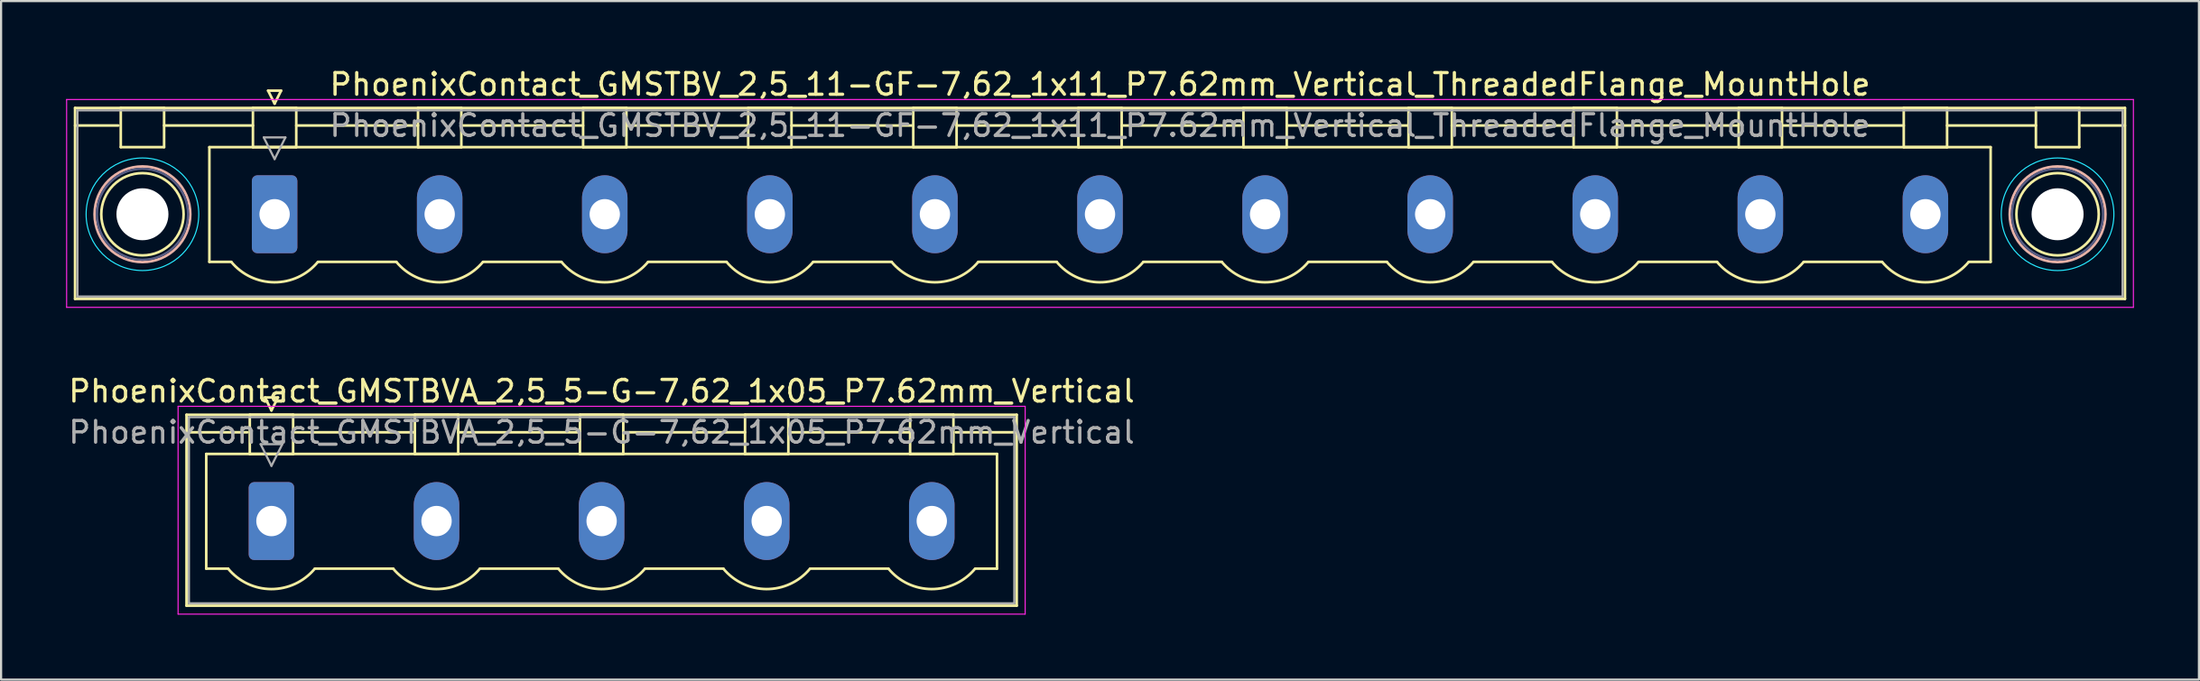
<source format=kicad_pcb>
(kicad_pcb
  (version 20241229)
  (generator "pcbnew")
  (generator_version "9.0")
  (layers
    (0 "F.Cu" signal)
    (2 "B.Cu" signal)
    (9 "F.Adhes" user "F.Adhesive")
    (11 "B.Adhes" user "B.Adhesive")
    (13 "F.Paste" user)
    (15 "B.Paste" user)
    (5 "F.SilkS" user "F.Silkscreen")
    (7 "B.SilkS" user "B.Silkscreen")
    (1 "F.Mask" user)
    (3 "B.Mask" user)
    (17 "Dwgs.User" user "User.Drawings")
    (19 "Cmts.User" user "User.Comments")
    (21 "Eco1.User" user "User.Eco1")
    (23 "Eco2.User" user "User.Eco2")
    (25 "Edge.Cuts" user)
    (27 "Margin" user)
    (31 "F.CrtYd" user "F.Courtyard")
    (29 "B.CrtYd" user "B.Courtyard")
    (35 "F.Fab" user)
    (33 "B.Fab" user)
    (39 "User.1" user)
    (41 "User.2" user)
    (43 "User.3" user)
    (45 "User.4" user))
  (footprint "PhoenixContact_GMSTBV_2,5_11-GF-7,62_1x11_P7.62mm_Vertical_ThreadedFlange_MountHole"
    (layer "F.Cu")
    (at 9.625 6.848)
    (property "Reference" "PhoenixContact_GMSTBV_2,5_11-GF-7,62_1x11_P7.62mm_Vertical_ThreadedFlange_MountHole" (at 38.1 -6 0) (layer "F.SilkS") (effects (font (size 1 1) (thickness 0.15))))
    (attr through_hole)
    (fp_line (start -9.21 -4.91) (end -9.21 3.91) (stroke (width 0.12) (type solid)) (layer "F.SilkS"))
    (fp_line (start -9.21 -4.1) (end -7.21 -4.1) (stroke (width 0.12) (type solid)) (layer "F.SilkS"))
    (fp_line (start -9.21 3.91) (end 85.41 3.91) (stroke (width 0.12) (type solid)) (layer "F.SilkS"))
    (fp_line (start -7.1 -4.91) (end -5.1 -4.91) (stroke (width 0.12) (type solid)) (layer "F.SilkS"))
    (fp_line (start -7.1 -3.1) (end -7.1 -4.91) (stroke (width 0.12) (type solid)) (layer "F.SilkS"))
    (fp_line (start -5.1 -4.91) (end -5.1 -3.1) (stroke (width 0.12) (type solid)) (layer "F.SilkS"))
    (fp_line (start -5.1 -4.1) (end -1 -4.1) (stroke (width 0.12) (type solid)) (layer "F.SilkS"))
    (fp_line (start -5.1 -3.1) (end -7.1 -3.1) (stroke (width 0.12) (type solid)) (layer "F.SilkS"))
    (fp_line (start -3.01 -3.1) (end 79.21 -3.1) (stroke (width 0.12) (type solid)) (layer "F.SilkS"))
    (fp_line (start -3.01 2.2) (end -3.01 -3.1) (stroke (width 0.12) (type solid)) (layer "F.SilkS"))
    (fp_line (start -2 2.2) (end -3.01 2.2) (stroke (width 0.12) (type solid)) (layer "F.SilkS"))
    (fp_line (start -1 -4.91) (end 1 -4.91) (stroke (width 0.12) (type solid)) (layer "F.SilkS"))
    (fp_line (start -1 -3.1) (end -1 -4.91) (stroke (width 0.12) (type solid)) (layer "F.SilkS"))
    (fp_line (start -0.3 -5.71) (end 0.3 -5.71) (stroke (width 0.12) (type solid)) (layer "F.SilkS"))
    (fp_line (start 0 -5.11) (end -0.3 -5.71) (stroke (width 0.12) (type solid)) (layer "F.SilkS"))
    (fp_line (start 0.3 -5.71) (end 0 -5.11) (stroke (width 0.12) (type solid)) (layer "F.SilkS"))
    (fp_line (start 1 -4.91) (end 1 -3.1) (stroke (width 0.12) (type solid)) (layer "F.SilkS"))
    (fp_line (start 1 -4.1) (end 6.62 -4.1) (stroke (width 0.12) (type solid)) (layer "F.SilkS"))
    (fp_line (start 1 -3.1) (end -1 -3.1) (stroke (width 0.12) (type solid)) (layer "F.SilkS"))
    (fp_line (start 2 2.2) (end 5.62 2.2) (stroke (width 0.12) (type solid)) (layer "F.SilkS"))
    (fp_line (start 6.62 -4.91) (end 8.62 -4.91) (stroke (width 0.12) (type solid)) (layer "F.SilkS"))
    (fp_line (start 6.62 -3.1) (end 6.62 -4.91) (stroke (width 0.12) (type solid)) (layer "F.SilkS"))
    (fp_line (start 8.62 -4.91) (end 8.62 -3.1) (stroke (width 0.12) (type solid)) (layer "F.SilkS"))
    (fp_line (start 8.62 -4.1) (end 14.24 -4.1) (stroke (width 0.12) (type solid)) (layer "F.SilkS"))
    (fp_line (start 8.62 -3.1) (end 6.62 -3.1) (stroke (width 0.12) (type solid)) (layer "F.SilkS"))
    (fp_line (start 9.62 2.2) (end 13.24 2.2) (stroke (width 0.12) (type solid)) (layer "F.SilkS"))
    (fp_line (start 14.24 -4.91) (end 16.24 -4.91) (stroke (width 0.12) (type solid)) (layer "F.SilkS"))
    (fp_line (start 14.24 -3.1) (end 14.24 -4.91) (stroke (width 0.12) (type solid)) (layer "F.SilkS"))
    (fp_line (start 16.24 -4.91) (end 16.24 -3.1) (stroke (width 0.12) (type solid)) (layer "F.SilkS"))
    (fp_line (start 16.24 -4.1) (end 21.86 -4.1) (stroke (width 0.12) (type solid)) (layer "F.SilkS"))
    (fp_line (start 16.24 -3.1) (end 14.24 -3.1) (stroke (width 0.12) (type solid)) (layer "F.SilkS"))
    (fp_line (start 17.24 2.2) (end 20.86 2.2) (stroke (width 0.12) (type solid)) (layer "F.SilkS"))
    (fp_line (start 21.86 -4.91) (end 23.86 -4.91) (stroke (width 0.12) (type solid)) (layer "F.SilkS"))
    (fp_line (start 21.86 -3.1) (end 21.86 -4.91) (stroke (width 0.12) (type solid)) (layer "F.SilkS"))
    (fp_line (start 23.86 -4.91) (end 23.86 -3.1) (stroke (width 0.12) (type solid)) (layer "F.SilkS"))
    (fp_line (start 23.86 -4.1) (end 29.48 -4.1) (stroke (width 0.12) (type solid)) (layer "F.SilkS"))
    (fp_line (start 23.86 -3.1) (end 21.86 -3.1) (stroke (width 0.12) (type solid)) (layer "F.SilkS"))
    (fp_line (start 24.86 2.2) (end 28.48 2.2) (stroke (width 0.12) (type solid)) (layer "F.SilkS"))
    (fp_line (start 29.48 -4.91) (end 31.48 -4.91) (stroke (width 0.12) (type solid)) (layer "F.SilkS"))
    (fp_line (start 29.48 -3.1) (end 29.48 -4.91) (stroke (width 0.12) (type solid)) (layer "F.SilkS"))
    (fp_line (start 31.48 -4.91) (end 31.48 -3.1) (stroke (width 0.12) (type solid)) (layer "F.SilkS"))
    (fp_line (start 31.48 -4.1) (end 37.1 -4.1) (stroke (width 0.12) (type solid)) (layer "F.SilkS"))
    (fp_line (start 31.48 -3.1) (end 29.48 -3.1) (stroke (width 0.12) (type solid)) (layer "F.SilkS"))
    (fp_line (start 32.48 2.2) (end 36.1 2.2) (stroke (width 0.12) (type solid)) (layer "F.SilkS"))
    (fp_line (start 37.1 -4.91) (end 39.1 -4.91) (stroke (width 0.12) (type solid)) (layer "F.SilkS"))
    (fp_line (start 37.1 -3.1) (end 37.1 -4.91) (stroke (width 0.12) (type solid)) (layer "F.SilkS"))
    (fp_line (start 39.1 -4.91) (end 39.1 -3.1) (stroke (width 0.12) (type solid)) (layer "F.SilkS"))
    (fp_line (start 39.1 -4.1) (end 44.72 -4.1) (stroke (width 0.12) (type solid)) (layer "F.SilkS"))
    (fp_line (start 39.1 -3.1) (end 37.1 -3.1) (stroke (width 0.12) (type solid)) (layer "F.SilkS"))
    (fp_line (start 40.1 2.2) (end 43.72 2.2) (stroke (width 0.12) (type solid)) (layer "F.SilkS"))
    (fp_line (start 44.72 -4.91) (end 46.72 -4.91) (stroke (width 0.12) (type solid)) (layer "F.SilkS"))
    (fp_line (start 44.72 -3.1) (end 44.72 -4.91) (stroke (width 0.12) (type solid)) (layer "F.SilkS"))
    (fp_line (start 46.72 -4.91) (end 46.72 -3.1) (stroke (width 0.12) (type solid)) (layer "F.SilkS"))
    (fp_line (start 46.72 -4.1) (end 52.34 -4.1) (stroke (width 0.12) (type solid)) (layer "F.SilkS"))
    (fp_line (start 46.72 -3.1) (end 44.72 -3.1) (stroke (width 0.12) (type solid)) (layer "F.SilkS"))
    (fp_line (start 47.72 2.2) (end 51.34 2.2) (stroke (width 0.12) (type solid)) (layer "F.SilkS"))
    (fp_line (start 52.34 -4.91) (end 54.34 -4.91) (stroke (width 0.12) (type solid)) (layer "F.SilkS"))
    (fp_line (start 52.34 -3.1) (end 52.34 -4.91) (stroke (width 0.12) (type solid)) (layer "F.SilkS"))
    (fp_line (start 54.34 -4.91) (end 54.34 -3.1) (stroke (width 0.12) (type solid)) (layer "F.SilkS"))
    (fp_line (start 54.34 -4.1) (end 59.96 -4.1) (stroke (width 0.12) (type solid)) (layer "F.SilkS"))
    (fp_line (start 54.34 -3.1) (end 52.34 -3.1) (stroke (width 0.12) (type solid)) (layer "F.SilkS"))
    (fp_line (start 55.34 2.2) (end 58.96 2.2) (stroke (width 0.12) (type solid)) (layer "F.SilkS"))
    (fp_line (start 59.96 -4.91) (end 61.96 -4.91) (stroke (width 0.12) (type solid)) (layer "F.SilkS"))
    (fp_line (start 59.96 -3.1) (end 59.96 -4.91) (stroke (width 0.12) (type solid)) (layer "F.SilkS"))
    (fp_line (start 61.96 -4.91) (end 61.96 -3.1) (stroke (width 0.12) (type solid)) (layer "F.SilkS"))
    (fp_line (start 61.96 -4.1) (end 67.58 -4.1) (stroke (width 0.12) (type solid)) (layer "F.SilkS"))
    (fp_line (start 61.96 -3.1) (end 59.96 -3.1) (stroke (width 0.12) (type solid)) (layer "F.SilkS"))
    (fp_line (start 62.96 2.2) (end 66.58 2.2) (stroke (width 0.12) (type solid)) (layer "F.SilkS"))
    (fp_line (start 67.58 -4.91) (end 69.58 -4.91) (stroke (width 0.12) (type solid)) (layer "F.SilkS"))
    (fp_line (start 67.58 -3.1) (end 67.58 -4.91) (stroke (width 0.12) (type solid)) (layer "F.SilkS"))
    (fp_line (start 69.58 -4.91) (end 69.58 -3.1) (stroke (width 0.12) (type solid)) (layer "F.SilkS"))
    (fp_line (start 69.58 -4.1) (end 75.2 -4.1) (stroke (width 0.12) (type solid)) (layer "F.SilkS"))
    (fp_line (start 69.58 -3.1) (end 67.58 -3.1) (stroke (width 0.12) (type solid)) (layer "F.SilkS"))
    (fp_line (start 70.58 2.2) (end 74.2 2.2) (stroke (width 0.12) (type solid)) (layer "F.SilkS"))
    (fp_line (start 75.2 -4.91) (end 77.2 -4.91) (stroke (width 0.12) (type solid)) (layer "F.SilkS"))
    (fp_line (start 75.2 -3.1) (end 75.2 -4.91) (stroke (width 0.12) (type solid)) (layer "F.SilkS"))
    (fp_line (start 77.2 -4.91) (end 77.2 -3.1) (stroke (width 0.12) (type solid)) (layer "F.SilkS"))
    (fp_line (start 77.2 -4.1) (end 81.3 -4.1) (stroke (width 0.12) (type solid)) (layer "F.SilkS"))
    (fp_line (start 77.2 -3.1) (end 75.2 -3.1) (stroke (width 0.12) (type solid)) (layer "F.SilkS"))
    (fp_line (start 79.21 -3.1) (end 79.21 2.2) (stroke (width 0.12) (type solid)) (layer "F.SilkS"))
    (fp_line (start 79.21 2.2) (end 78.2 2.2) (stroke (width 0.12) (type solid)) (layer "F.SilkS"))
    (fp_line (start 81.3 -4.91) (end 83.3 -4.91) (stroke (width 0.12) (type solid)) (layer "F.SilkS"))
    (fp_line (start 81.3 -3.1) (end 81.3 -4.91) (stroke (width 0.12) (type solid)) (layer "F.SilkS"))
    (fp_line (start 83.3 -4.91) (end 83.3 -3.1) (stroke (width 0.12) (type solid)) (layer "F.SilkS"))
    (fp_line (start 83.3 -3.1) (end 81.3 -3.1) (stroke (width 0.12) (type solid)) (layer "F.SilkS"))
    (fp_line (start 85.41 -4.91) (end -9.21 -4.91) (stroke (width 0.12) (type solid)) (layer "F.SilkS"))
    (fp_line (start 85.41 -4.1) (end 83.41 -4.1) (stroke (width 0.12) (type solid)) (layer "F.SilkS"))
    (fp_line (start 85.41 3.91) (end 85.41 -4.91) (stroke (width 0.12) (type solid)) (layer "F.SilkS"))
    (fp_arc (start 1.986842 2.215821) (mid -0.010289 3.142758) (end -2 2.2) (stroke (width 0.12) (type solid)) (layer "F.SilkS"))
    (fp_arc (start 9.606842 2.215821) (mid 7.609711 3.142758) (end 5.62 2.2) (stroke (width 0.12) (type solid)) (layer "F.SilkS"))
    (fp_arc (start 17.226842 2.215821) (mid 15.229711 3.142758) (end 13.24 2.2) (stroke (width 0.12) (type solid)) (layer "F.SilkS"))
    (fp_arc (start 24.846842 2.215821) (mid 22.849711 3.142758) (end 20.86 2.2) (stroke (width 0.12) (type solid)) (layer "F.SilkS"))
    (fp_arc (start 32.466842 2.215821) (mid 30.469711 3.142758) (end 28.48 2.2) (stroke (width 0.12) (type solid)) (layer "F.SilkS"))
    (fp_arc (start 40.086842 2.215821) (mid 38.089711 3.142758) (end 36.1 2.2) (stroke (width 0.12) (type solid)) (layer "F.SilkS"))
    (fp_arc (start 47.706842 2.215821) (mid 45.709711 3.142758) (end 43.72 2.2) (stroke (width 0.12) (type solid)) (layer "F.SilkS"))
    (fp_arc (start 55.326842 2.215821) (mid 53.329711 3.142758) (end 51.34 2.2) (stroke (width 0.12) (type solid)) (layer "F.SilkS"))
    (fp_arc (start 62.946842 2.215821) (mid 60.949711 3.142758) (end 58.96 2.2) (stroke (width 0.12) (type solid)) (layer "F.SilkS"))
    (fp_arc (start 70.566842 2.215821) (mid 68.569711 3.142758) (end 66.58 2.2) (stroke (width 0.12) (type solid)) (layer "F.SilkS"))
    (fp_arc (start 78.186842 2.215821) (mid 76.189711 3.142758) (end 74.2 2.2) (stroke (width 0.12) (type solid)) (layer "F.SilkS"))
    (fp_circle (center -6.1 0) (end -4.2 0) (stroke (width 0.12) (type solid)) (fill no) (layer "F.SilkS"))
    (fp_circle (center 82.3 0) (end 84.2 0) (stroke (width 0.12) (type solid)) (fill no) (layer "F.SilkS"))
    (fp_circle (center -6.1 0) (end -3.89 0) (stroke (width 0.12) (type solid)) (fill no) (layer "B.SilkS"))
    (fp_circle (center 82.3 0) (end 84.51 0) (stroke (width 0.12) (type solid)) (fill no) (layer "B.SilkS"))
    (fp_circle (center -6.1 0) (end -3.5 0) (stroke (width 0.05) (type solid)) (fill no) (layer "B.CrtYd"))
    (fp_circle (center 82.3 0) (end 84.9 0) (stroke (width 0.05) (type solid)) (fill no) (layer "B.CrtYd"))
    (fp_line (start -9.6 -5.3) (end -9.6 4.3) (stroke (width 0.05) (type solid)) (layer "F.CrtYd"))
    (fp_line (start -9.6 4.3) (end 85.8 4.3) (stroke (width 0.05) (type solid)) (layer "F.CrtYd"))
    (fp_line (start 85.8 -5.3) (end -9.6 -5.3) (stroke (width 0.05) (type solid)) (layer "F.CrtYd"))
    (fp_line (start 85.8 4.3) (end 85.8 -5.3) (stroke (width 0.05) (type solid)) (layer "F.CrtYd"))
    (fp_circle (center -6.1 0) (end -4 0) (stroke (width 0.1) (type solid)) (fill no) (layer "B.Fab"))
    (fp_circle (center 82.3 0) (end 84.4 0) (stroke (width 0.1) (type solid)) (fill no) (layer "B.Fab"))
    (fp_line (start -9.1 -4.8) (end -9.1 3.8) (stroke (width 0.1) (type solid)) (layer "F.Fab"))
    (fp_line (start -9.1 3.8) (end 85.3 3.8) (stroke (width 0.1) (type solid)) (layer "F.Fab"))
    (fp_line (start -0.5 -3.55) (end 0.5 -3.55) (stroke (width 0.1) (type solid)) (layer "F.Fab"))
    (fp_line (start 0 -2.55) (end -0.5 -3.55) (stroke (width 0.1) (type solid)) (layer "F.Fab"))
    (fp_line (start 0.5 -3.55) (end 0 -2.55) (stroke (width 0.1) (type solid)) (layer "F.Fab"))
    (fp_line (start 85.3 -4.8) (end -9.1 -4.8) (stroke (width 0.1) (type solid)) (layer "F.Fab"))
    (fp_line (start 85.3 3.8) (end 85.3 -4.8) (stroke (width 0.1) (type solid)) (layer "F.Fab"))
    (fp_text user "${REFERENCE}" (at 38.1 -4.1 0) (layer "F.Fab") (effects (font (size 1 1) (thickness 0.15))))
    (pad "" np_thru_hole circle (at -6.1 0) (size 2.4 2.4) (drill 2.4) (layers "*.Cu" "*.Mask"))
    (pad "" np_thru_hole circle (at 82.3 0) (size 2.4 2.4) (drill 2.4) (layers "*.Cu" "*.Mask"))
    (pad "1" thru_hole roundrect (at 0 0) (size 2.1 3.6) (drill 1.4) (layers "*.Cu" "*.Mask") (roundrect_rratio 0.119))
    (pad "2" thru_hole oval (at 7.62 0) (size 2.1 3.6) (drill 1.4) (layers "*.Cu" "*.Mask"))
    (pad "3" thru_hole oval (at 15.24 0) (size 2.1 3.6) (drill 1.4) (layers "*.Cu" "*.Mask"))
    (pad "4" thru_hole oval (at 22.86 0) (size 2.1 3.6) (drill 1.4) (layers "*.Cu" "*.Mask"))
    (pad "5" thru_hole oval (at 30.48 0) (size 2.1 3.6) (drill 1.4) (layers "*.Cu" "*.Mask"))
    (pad "6" thru_hole oval (at 38.1 0) (size 2.1 3.6) (drill 1.4) (layers "*.Cu" "*.Mask"))
    (pad "7" thru_hole oval (at 45.72 0) (size 2.1 3.6) (drill 1.4) (layers "*.Cu" "*.Mask"))
    (pad "8" thru_hole oval (at 53.34 0) (size 2.1 3.6) (drill 1.4) (layers "*.Cu" "*.Mask"))
    (pad "9" thru_hole oval (at 60.96 0) (size 2.1 3.6) (drill 1.4) (layers "*.Cu" "*.Mask"))
    (pad "10" thru_hole oval (at 68.58 0) (size 2.1 3.6) (drill 1.4) (layers "*.Cu" "*.Mask"))
    (pad "11" thru_hole oval (at 76.2 0) (size 2.1 3.6) (drill 1.4) (layers "*.Cu" "*.Mask")))
  (footprint "PhoenixContact_GMSTBVA_2,5_5-G-7,62_1x05_P7.62mm_Vertical"
    (layer "F.Cu")
    (at 9.48 21.021)
    (property "Reference" "PhoenixContact_GMSTBVA_2,5_5-G-7,62_1x05_P7.62mm_Vertical" (at 15.24 -6 0) (layer "F.SilkS") (effects (font (size 1 1) (thickness 0.15))))
    (attr through_hole)
    (fp_line (start -3.92 -4.91) (end -3.92 3.91) (stroke (width 0.12) (type solid)) (layer "F.SilkS"))
    (fp_line (start -3.92 -4.1) (end -1.11 -4.1) (stroke (width 0.12) (type solid)) (layer "F.SilkS"))
    (fp_line (start -3.92 3.91) (end 34.4 3.91) (stroke (width 0.12) (type solid)) (layer "F.SilkS"))
    (fp_line (start -3.01 -3.1) (end 33.49 -3.1) (stroke (width 0.12) (type solid)) (layer "F.SilkS"))
    (fp_line (start -3.01 2.2) (end -3.01 -3.1) (stroke (width 0.12) (type solid)) (layer "F.SilkS"))
    (fp_line (start -2 2.2) (end -3.01 2.2) (stroke (width 0.12) (type solid)) (layer "F.SilkS"))
    (fp_line (start -1 -4.91) (end 1 -4.91) (stroke (width 0.12) (type solid)) (layer "F.SilkS"))
    (fp_line (start -1 -3.1) (end -1 -4.91) (stroke (width 0.12) (type solid)) (layer "F.SilkS"))
    (fp_line (start -0.3 -5.71) (end 0.3 -5.71) (stroke (width 0.12) (type solid)) (layer "F.SilkS"))
    (fp_line (start 0 -5.11) (end -0.3 -5.71) (stroke (width 0.12) (type solid)) (layer "F.SilkS"))
    (fp_line (start 0.3 -5.71) (end 0 -5.11) (stroke (width 0.12) (type solid)) (layer "F.SilkS"))
    (fp_line (start 1 -4.91) (end 1 -3.1) (stroke (width 0.12) (type solid)) (layer "F.SilkS"))
    (fp_line (start 1 -4.1) (end 6.62 -4.1) (stroke (width 0.12) (type solid)) (layer "F.SilkS"))
    (fp_line (start 1 -3.1) (end -1 -3.1) (stroke (width 0.12) (type solid)) (layer "F.SilkS"))
    (fp_line (start 2 2.2) (end 5.62 2.2) (stroke (width 0.12) (type solid)) (layer "F.SilkS"))
    (fp_line (start 6.62 -4.91) (end 8.62 -4.91) (stroke (width 0.12) (type solid)) (layer "F.SilkS"))
    (fp_line (start 6.62 -3.1) (end 6.62 -4.91) (stroke (width 0.12) (type solid)) (layer "F.SilkS"))
    (fp_line (start 8.62 -4.91) (end 8.62 -3.1) (stroke (width 0.12) (type solid)) (layer "F.SilkS"))
    (fp_line (start 8.62 -4.1) (end 14.24 -4.1) (stroke (width 0.12) (type solid)) (layer "F.SilkS"))
    (fp_line (start 8.62 -3.1) (end 6.62 -3.1) (stroke (width 0.12) (type solid)) (layer "F.SilkS"))
    (fp_line (start 9.62 2.2) (end 13.24 2.2) (stroke (width 0.12) (type solid)) (layer "F.SilkS"))
    (fp_line (start 14.24 -4.91) (end 16.24 -4.91) (stroke (width 0.12) (type solid)) (layer "F.SilkS"))
    (fp_line (start 14.24 -3.1) (end 14.24 -4.91) (stroke (width 0.12) (type solid)) (layer "F.SilkS"))
    (fp_line (start 16.24 -4.91) (end 16.24 -3.1) (stroke (width 0.12) (type solid)) (layer "F.SilkS"))
    (fp_line (start 16.24 -4.1) (end 21.86 -4.1) (stroke (width 0.12) (type solid)) (layer "F.SilkS"))
    (fp_line (start 16.24 -3.1) (end 14.24 -3.1) (stroke (width 0.12) (type solid)) (layer "F.SilkS"))
    (fp_line (start 17.24 2.2) (end 20.86 2.2) (stroke (width 0.12) (type solid)) (layer "F.SilkS"))
    (fp_line (start 21.86 -4.91) (end 23.86 -4.91) (stroke (width 0.12) (type solid)) (layer "F.SilkS"))
    (fp_line (start 21.86 -3.1) (end 21.86 -4.91) (stroke (width 0.12) (type solid)) (layer "F.SilkS"))
    (fp_line (start 23.86 -4.91) (end 23.86 -3.1) (stroke (width 0.12) (type solid)) (layer "F.SilkS"))
    (fp_line (start 23.86 -4.1) (end 29.48 -4.1) (stroke (width 0.12) (type solid)) (layer "F.SilkS"))
    (fp_line (start 23.86 -3.1) (end 21.86 -3.1) (stroke (width 0.12) (type solid)) (layer "F.SilkS"))
    (fp_line (start 24.86 2.2) (end 28.48 2.2) (stroke (width 0.12) (type solid)) (layer "F.SilkS"))
    (fp_line (start 29.48 -4.91) (end 31.48 -4.91) (stroke (width 0.12) (type solid)) (layer "F.SilkS"))
    (fp_line (start 29.48 -3.1) (end 29.48 -4.91) (stroke (width 0.12) (type solid)) (layer "F.SilkS"))
    (fp_line (start 31.48 -4.91) (end 31.48 -3.1) (stroke (width 0.12) (type solid)) (layer "F.SilkS"))
    (fp_line (start 31.48 -3.1) (end 29.48 -3.1) (stroke (width 0.12) (type solid)) (layer "F.SilkS"))
    (fp_line (start 33.49 -3.1) (end 33.49 2.2) (stroke (width 0.12) (type solid)) (layer "F.SilkS"))
    (fp_line (start 33.49 2.2) (end 32.48 2.2) (stroke (width 0.12) (type solid)) (layer "F.SilkS"))
    (fp_line (start 34.4 -4.91) (end -3.92 -4.91) (stroke (width 0.12) (type solid)) (layer "F.SilkS"))
    (fp_line (start 34.4 -4.1) (end 31.59 -4.1) (stroke (width 0.12) (type solid)) (layer "F.SilkS"))
    (fp_line (start 34.4 3.91) (end 34.4 -4.91) (stroke (width 0.12) (type solid)) (layer "F.SilkS"))
    (fp_arc (start 1.986842 2.215821) (mid -0.010289 3.142758) (end -2 2.2) (stroke (width 0.12) (type solid)) (layer "F.SilkS"))
    (fp_arc (start 9.606842 2.215821) (mid 7.609711 3.142758) (end 5.62 2.2) (stroke (width 0.12) (type solid)) (layer "F.SilkS"))
    (fp_arc (start 17.226842 2.215821) (mid 15.229711 3.142758) (end 13.24 2.2) (stroke (width 0.12) (type solid)) (layer "F.SilkS"))
    (fp_arc (start 24.846842 2.215821) (mid 22.849711 3.142758) (end 20.86 2.2) (stroke (width 0.12) (type solid)) (layer "F.SilkS"))
    (fp_arc (start 32.466842 2.215821) (mid 30.469711 3.142758) (end 28.48 2.2) (stroke (width 0.12) (type solid)) (layer "F.SilkS"))
    (fp_line (start -4.31 -5.3) (end -4.31 4.3) (stroke (width 0.05) (type solid)) (layer "F.CrtYd"))
    (fp_line (start -4.31 4.3) (end 34.79 4.3) (stroke (width 0.05) (type solid)) (layer "F.CrtYd"))
    (fp_line (start 34.79 -5.3) (end -4.31 -5.3) (stroke (width 0.05) (type solid)) (layer "F.CrtYd"))
    (fp_line (start 34.79 4.3) (end 34.79 -5.3) (stroke (width 0.05) (type solid)) (layer "F.CrtYd"))
    (fp_line (start -3.81 -4.8) (end -3.81 3.8) (stroke (width 0.1) (type solid)) (layer "F.Fab"))
    (fp_line (start -3.81 3.8) (end 34.29 3.8) (stroke (width 0.1) (type solid)) (layer "F.Fab"))
    (fp_line (start -0.5 -3.55) (end 0.5 -3.55) (stroke (width 0.1) (type solid)) (layer "F.Fab"))
    (fp_line (start 0 -2.55) (end -0.5 -3.55) (stroke (width 0.1) (type solid)) (layer "F.Fab"))
    (fp_line (start 0.5 -3.55) (end 0 -2.55) (stroke (width 0.1) (type solid)) (layer "F.Fab"))
    (fp_line (start 34.29 -4.8) (end -3.81 -4.8) (stroke (width 0.1) (type solid)) (layer "F.Fab"))
    (fp_line (start 34.29 3.8) (end 34.29 -4.8) (stroke (width 0.1) (type solid)) (layer "F.Fab"))
    (fp_text user "${REFERENCE}" (at 15.24 -4.1 0) (layer "F.Fab") (effects (font (size 1 1) (thickness 0.15))))
    (pad "1" thru_hole roundrect (at 0 0) (size 2.1 3.6) (drill 1.4) (layers "*.Cu" "*.Mask") (roundrect_rratio 0.119))
    (pad "2" thru_hole oval (at 7.62 0) (size 2.1 3.6) (drill 1.4) (layers "*.Cu" "*.Mask"))
    (pad "3" thru_hole oval (at 15.24 0) (size 2.1 3.6) (drill 1.4) (layers "*.Cu" "*.Mask"))
    (pad "4" thru_hole oval (at 22.86 0) (size 2.1 3.6) (drill 1.4) (layers "*.Cu" "*.Mask"))
    (pad "5" thru_hole oval (at 30.48 0) (size 2.1 3.6) (drill 1.4) (layers "*.Cu" "*.Mask")))
  (gr_rect
    (start -3 -3)
    (end 98.45 28.346)
    (stroke (width 0.1) (type default))
    (fill no)
    (layer "Edge.Cuts")))
</source>
